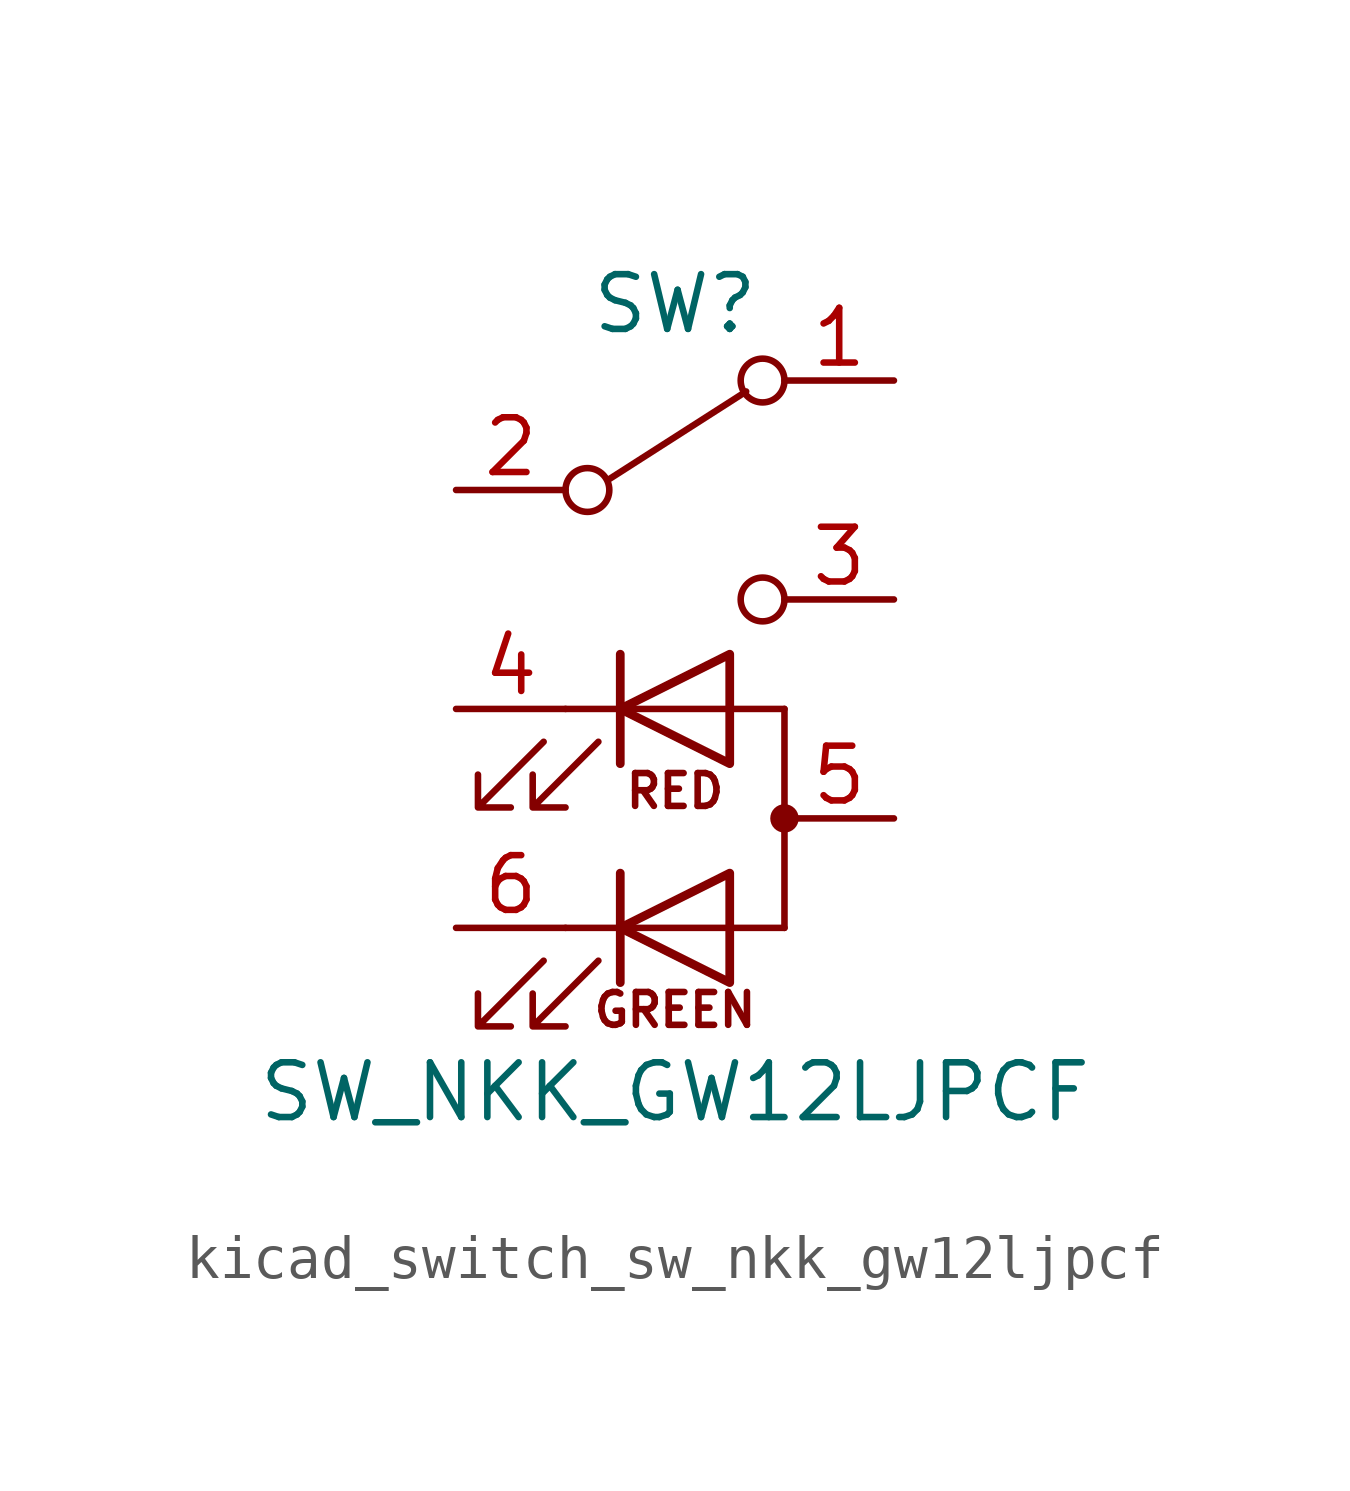
<source format=kicad_sym>
(kicad_symbol_lib
  (version 20220914)
  (generator kicad_symbol_editor)
  (symbol "kicad_switch_sw_nkk_gw12ljpcf"
    (pin_names
      (offset 1.016) hide)
    (property "Reference" "SW"
      (at 0 9.398 0)
      (effects (font (size 1.27 1.27))))
    (property "Value" "SW_NKK_GW12LJPCF"
      (at 0 -8.89 0)
      (effects (font (size 1.27 1.27))))
    (symbol "kicad_switch_sw_nkk_gw12ljpcf_0_0"
      (circle (center -2.032 5.08) (radius 0.508) (stroke (width 0) (type default)) (fill (type none)))
      (polyline (pts (xy -2.54 -5.08) (xy 2.54 -5.08)) (stroke (width 0) (type default)) (fill (type none)))
      (polyline (pts (xy -2.54 0) (xy 2.54 0)) (stroke (width 0) (type default)) (fill (type none)))
      (circle (center 2.032 2.54) (radius 0.508) (stroke (width 0) (type default)) (fill (type none)))
      (text "GREEN" (at 0 -6.985 0) (effects (font (size 0.762 0.762))))
      (text "RED" (at 0 -1.905 0) (effects (font (size 0.762 0.762)))))
    (symbol "kicad_switch_sw_nkk_gw12ljpcf_0_1"
      (polyline (pts (xy -1.524 5.334) (xy 1.651 7.366)) (stroke (width 0) (type default)) (fill (type none)))
      (polyline (pts (xy -1.27 -6.35) (xy -1.27 -3.81)) (stroke (width 0.203) (type default)) (fill (type none)))
      (polyline (pts (xy -1.27 -1.27) (xy -1.27 1.27)) (stroke (width 0.203) (type default)) (fill (type none)))
      (polyline (pts (xy 2.54 0) (xy 2.54 -5.08)) (stroke (width 0) (type default)) (fill (type none)))
      (polyline (pts (xy 1.27 -6.35) (xy 1.27 -3.81) (xy -1.27 -5.08) (xy 1.27 -6.35)) (stroke (width 0.203) (type default)) (fill (type none)))
      (polyline (pts (xy 1.27 -1.27) (xy 1.27 1.27) (xy -1.27 0) (xy 1.27 -1.27)) (stroke (width 0.203) (type default)) (fill (type none)))
      (polyline (pts (xy -3.048 -5.842) (xy -4.572 -7.366) (xy -3.81 -7.366) (xy -4.572 -7.366) (xy -4.572 -6.604)) (stroke (width 0) (type default)) (fill (type none)))
      (polyline (pts (xy -3.048 -0.762) (xy -4.572 -2.286) (xy -3.81 -2.286) (xy -4.572 -2.286) (xy -4.572 -1.524)) (stroke (width 0) (type default)) (fill (type none)))
      (polyline (pts (xy -1.778 -5.842) (xy -3.302 -7.366) (xy -2.54 -7.366) (xy -3.302 -7.366) (xy -3.302 -6.604)) (stroke (width 0) (type default)) (fill (type none)))
      (polyline (pts (xy -1.778 -0.762) (xy -3.302 -2.286) (xy -2.54 -2.286) (xy -3.302 -2.286) (xy -3.302 -1.524)) (stroke (width 0) (type default)) (fill (type none)))
      (circle (center 2.032 7.62) (radius 0.508) (stroke (width 0) (type default)) (fill (type none)))
      (circle (center 2.54 -2.54) (radius 0.254) (stroke (width 0) (type default)) (fill (type outline)))
      (pin passive line (at -5.08 0 0) (length 2.54) (name "KR" (effects (font (size 1.27 1.27)))) (number "4" (effects (font (size 1.27 1.27)))))
      (pin passive line (at 5.08 -2.54 180) (length 2.54) (name "A" (effects (font (size 1.27 1.27)))) (number "5" (effects (font (size 1.27 1.27)))))
      (pin passive line (at -5.08 -5.08 0) (length 2.54) (name "KG" (effects (font (size 1.27 1.27)))) (number "6" (effects (font (size 1.27 1.27))))))
    (symbol "kicad_switch_sw_nkk_gw12ljpcf_1_1"
      (pin passive line (at 5.08 7.62 180) (length 2.54) (name "A" (effects (font (size 1.27 1.27)))) (number "1" (effects (font (size 1.27 1.27)))))
      (pin passive line (at -5.08 5.08 0) (length 2.54) (name "B" (effects (font (size 1.27 1.27)))) (number "2" (effects (font (size 1.27 1.27)))))
      (pin passive line (at 5.08 2.54 180) (length 2.54) (name "C" (effects (font (size 1.27 1.27)))) (number "3" (effects (font (size 1.27 1.27))))))))
</source>
